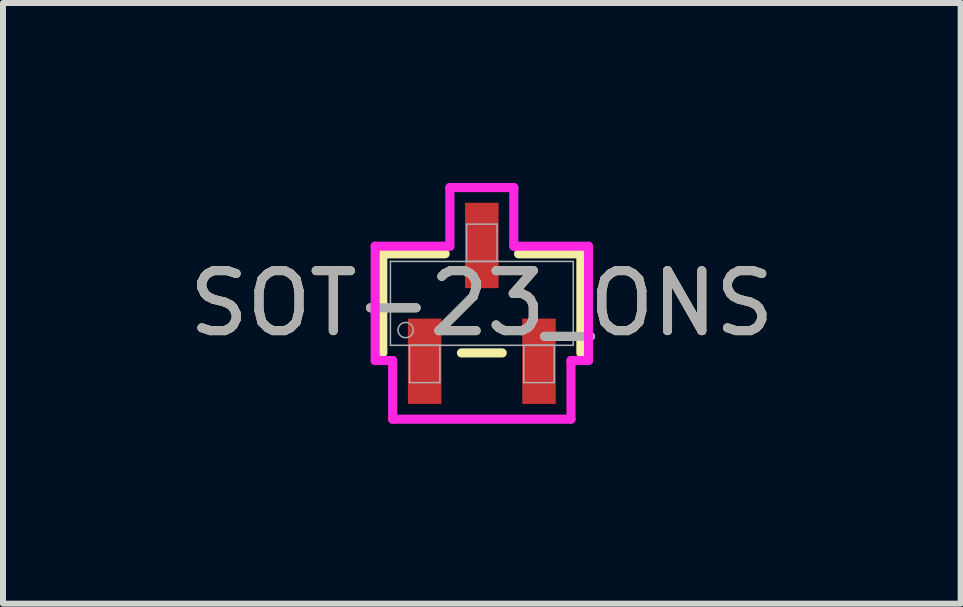
<source format=kicad_pcb>
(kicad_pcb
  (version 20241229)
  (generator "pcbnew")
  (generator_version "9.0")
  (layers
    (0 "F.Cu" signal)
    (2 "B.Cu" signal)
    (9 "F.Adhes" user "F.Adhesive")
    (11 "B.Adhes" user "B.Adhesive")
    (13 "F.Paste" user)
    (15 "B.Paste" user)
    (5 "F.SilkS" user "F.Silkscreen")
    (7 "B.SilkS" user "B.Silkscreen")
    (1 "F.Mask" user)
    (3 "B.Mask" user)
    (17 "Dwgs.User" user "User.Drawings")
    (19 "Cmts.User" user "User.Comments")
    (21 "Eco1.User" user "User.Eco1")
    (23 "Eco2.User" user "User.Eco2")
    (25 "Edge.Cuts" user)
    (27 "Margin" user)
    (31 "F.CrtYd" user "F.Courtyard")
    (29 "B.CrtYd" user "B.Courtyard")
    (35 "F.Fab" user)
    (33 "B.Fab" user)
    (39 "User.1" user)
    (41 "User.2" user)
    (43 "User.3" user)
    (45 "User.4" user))
  (footprint "SOT-23_ONS"
    (layer "F.Cu")
    (at 4.982 2.007)
    (property "Reference" "SOT-23_ONS" (at 0 0 0) (unlocked yes) (layer "F.SilkS") (effects (font (size 1 1) (thickness 0.15))))
    (attr smd)
    (fp_line (start -1.651 -0.826) (end -1.651 0.826) (stroke (width 0.152) (type solid)) (layer "F.SilkS"))
    (fp_line (start -0.612 -0.826) (end -1.651 -0.826) (stroke (width 0.152) (type solid)) (layer "F.SilkS"))
    (fp_line (start -0.34 0.826) (end 0.34 0.826) (stroke (width 0.152) (type solid)) (layer "F.SilkS"))
    (fp_line (start 1.651 -0.826) (end 0.612 -0.826) (stroke (width 0.152) (type solid)) (layer "F.SilkS"))
    (fp_line (start 1.651 0.826) (end 1.651 -0.826) (stroke (width 0.152) (type solid)) (layer "F.SilkS"))
    (fp_line (start -1.778 -0.953) (end -0.533 -0.953) (stroke (width 0.152) (type solid)) (layer "F.CrtYd"))
    (fp_line (start -1.778 0.953) (end -1.778 -0.953) (stroke (width 0.152) (type solid)) (layer "F.CrtYd"))
    (fp_line (start -1.778 0.953) (end -1.486 0.953) (stroke (width 0.152) (type solid)) (layer "F.CrtYd"))
    (fp_line (start -1.486 0.953) (end -1.486 1.93) (stroke (width 0.152) (type solid)) (layer "F.CrtYd"))
    (fp_line (start -1.486 1.93) (end 1.486 1.93) (stroke (width 0.152) (type solid)) (layer "F.CrtYd"))
    (fp_line (start -0.533 -1.93) (end 0.533 -1.93) (stroke (width 0.152) (type solid)) (layer "F.CrtYd"))
    (fp_line (start -0.533 -0.953) (end -0.533 -1.93) (stroke (width 0.152) (type solid)) (layer "F.CrtYd"))
    (fp_line (start 0.533 -0.953) (end 0.533 -1.93) (stroke (width 0.152) (type solid)) (layer "F.CrtYd"))
    (fp_line (start 1.486 0.953) (end 1.486 1.93) (stroke (width 0.152) (type solid)) (layer "F.CrtYd"))
    (fp_line (start 1.778 -0.953) (end 0.533 -0.953) (stroke (width 0.152) (type solid)) (layer "F.CrtYd"))
    (fp_line (start 1.778 -0.953) (end 1.778 0.953) (stroke (width 0.152) (type solid)) (layer "F.CrtYd"))
    (fp_line (start 1.778 0.953) (end 1.486 0.953) (stroke (width 0.152) (type solid)) (layer "F.CrtYd"))
    (fp_line (start -1.524 -0.699) (end -1.524 0.699) (stroke (width 0.025) (type solid)) (layer "F.Fab"))
    (fp_line (start -1.524 0.699) (end 1.524 0.699) (stroke (width 0.025) (type solid)) (layer "F.Fab"))
    (fp_line (start -1.206 0.699) (end -1.206 1.321) (stroke (width 0.025) (type solid)) (layer "F.Fab"))
    (fp_line (start -1.206 1.321) (end -0.699 1.321) (stroke (width 0.025) (type solid)) (layer "F.Fab"))
    (fp_line (start -0.699 0.699) (end -1.206 0.699) (stroke (width 0.025) (type solid)) (layer "F.Fab"))
    (fp_line (start -0.699 1.321) (end -0.699 0.699) (stroke (width 0.025) (type solid)) (layer "F.Fab"))
    (fp_line (start -0.254 -1.321) (end -0.254 -0.699) (stroke (width 0.025) (type solid)) (layer "F.Fab"))
    (fp_line (start -0.254 -0.699) (end 0.254 -0.699) (stroke (width 0.025) (type solid)) (layer "F.Fab"))
    (fp_line (start 0.254 -1.321) (end -0.254 -1.321) (stroke (width 0.025) (type solid)) (layer "F.Fab"))
    (fp_line (start 0.254 -0.699) (end 0.254 -1.321) (stroke (width 0.025) (type solid)) (layer "F.Fab"))
    (fp_line (start 0.699 0.699) (end 0.699 1.321) (stroke (width 0.025) (type solid)) (layer "F.Fab"))
    (fp_line (start 0.699 1.321) (end 1.206 1.321) (stroke (width 0.025) (type solid)) (layer "F.Fab"))
    (fp_line (start 1.206 0.699) (end 0.699 0.699) (stroke (width 0.025) (type solid)) (layer "F.Fab"))
    (fp_line (start 1.206 1.321) (end 1.206 0.699) (stroke (width 0.025) (type solid)) (layer "F.Fab"))
    (fp_line (start 1.524 -0.699) (end -1.524 -0.699) (stroke (width 0.025) (type solid)) (layer "F.Fab"))
    (fp_line (start 1.524 0.699) (end 1.524 -0.699) (stroke (width 0.025) (type solid)) (layer "F.Fab"))
    (fp_circle (center -1.27 0.445) (end -1.143 0.445) (stroke (width 0.025) (type solid)) (fill no) (layer "F.Fab"))
    (fp_text user "${REFERENCE}" (at 0 0 0) (unlocked yes) (layer "F.Fab") (effects (font (size 1 1) (thickness 0.15))))
    (pad "1" smd rect (at -0.953 0.965) (size 0.559 1.422) (layers "F.Cu" "F.Mask" "F.Paste"))
    (pad "2" smd rect (at 0.953 0.965) (size 0.559 1.422) (layers "F.Cu" "F.Mask" "F.Paste"))
    (pad "3" smd rect (at 0 -0.965) (size 0.559 1.422) (layers "F.Cu" "F.Mask" "F.Paste"))
    (zone (net_name "") (layer "F.Cu") (hatch edge 0.5) (connect_pads) (min_thickness 0.25) (filled_areas_thickness no) (keepout (tracks allowed) (vias allowed) (pads allowed) (copperpour not_allowed) (footprints allowed)) (placement (enabled no)) (fill) (polygon (pts (xy 3.482 4.007) (xy 3.482 3.007) (xy 3.182 3.007) (xy 3.182 1.107) (xy 4.482 1.107) (xy 4.482 0.107) (xy 5.482 0.107) (xy 5.482 1.107) (xy 6.782 1.107) (xy 6.782 2.907) (xy 6.482 2.907) (xy 6.482 3.907)))))
  (gr_rect
    (start -3 -3)
    (end 12.964 7.013)
    (stroke (width 0.1) (type default))
    (fill no)
    (layer "Edge.Cuts")))
</source>
